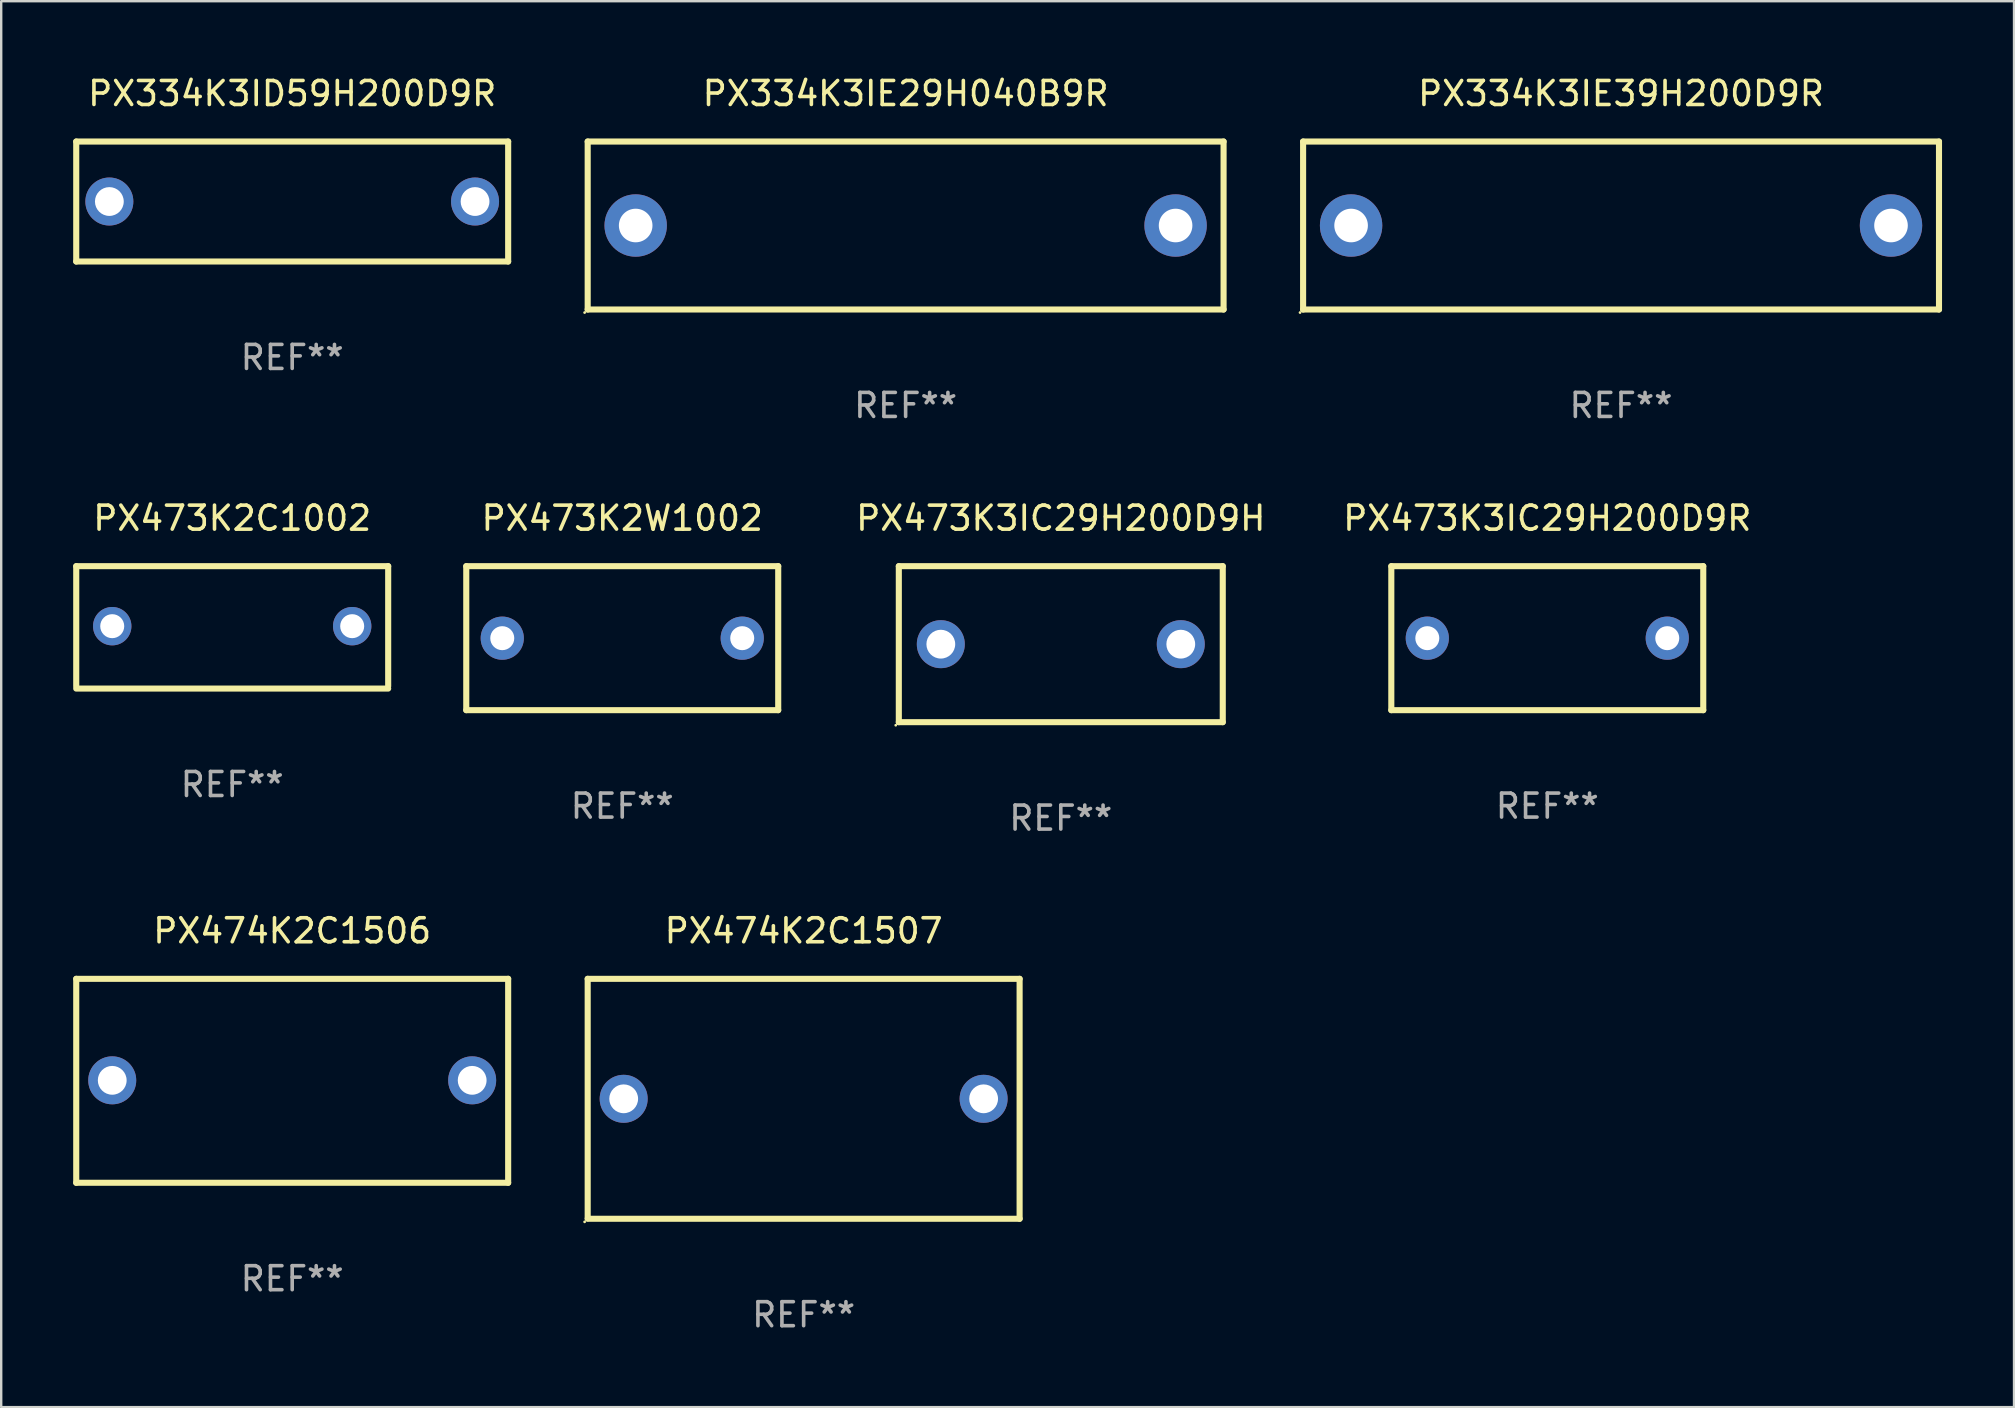
<source format=kicad_pcb>
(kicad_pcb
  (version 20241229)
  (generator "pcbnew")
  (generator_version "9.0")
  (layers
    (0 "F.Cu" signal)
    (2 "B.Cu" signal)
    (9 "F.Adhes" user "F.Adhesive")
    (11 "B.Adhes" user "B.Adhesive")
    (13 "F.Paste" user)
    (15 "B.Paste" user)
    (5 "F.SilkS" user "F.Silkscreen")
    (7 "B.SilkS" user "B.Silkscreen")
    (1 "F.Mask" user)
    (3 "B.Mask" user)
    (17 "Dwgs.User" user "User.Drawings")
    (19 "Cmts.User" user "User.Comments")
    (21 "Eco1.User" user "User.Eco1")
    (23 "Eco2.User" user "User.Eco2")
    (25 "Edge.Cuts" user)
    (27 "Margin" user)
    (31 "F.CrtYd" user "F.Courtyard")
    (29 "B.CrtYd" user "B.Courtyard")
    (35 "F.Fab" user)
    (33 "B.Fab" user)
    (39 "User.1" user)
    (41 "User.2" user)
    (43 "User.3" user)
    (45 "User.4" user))
  (footprint "PX473K2C1002"
    (layer "F.Cu")
    (at 6.627 23.095)
    (property "Reference" "PX473K2C1002" (at 0 -4.55 0) (layer "F.SilkS") (effects (font (size 1 1) (thickness 0.15))))
    (attr through_hole)
    (fp_line (start -6.5 -2.55) (end 6.5 -2.55) (stroke (width 0.254) (type solid)) (layer "F.SilkS"))
    (fp_line (start -6.5 2.45) (end -6.5 -2.55) (stroke (width 0.254) (type solid)) (layer "F.SilkS"))
    (fp_line (start 6.5 -2.55) (end 6.5 2.45) (stroke (width 0.254) (type solid)) (layer "F.SilkS"))
    (fp_line (start 6.5 2.55) (end -6.5 2.55) (stroke (width 0.254) (type solid)) (layer "F.SilkS"))
    (fp_circle (center -6.5 2.45) (end -6.47 2.45) (stroke (width 0.06) (type solid)) (fill no) (layer "F.SilkS"))
    (fp_text user "REF**" (at 0 6.55 0) (layer "F.Fab") (effects (font (size 1 1) (thickness 0.15))))
    (pad "1" thru_hole circle (at -5 -0.05) (size 1.6 1.6) (drill 1) (layers "*.Cu" "*.Mask"))
    (pad "2" thru_hole circle (at 5 -0.05) (size 1.6 1.6) (drill 1) (layers "*.Cu" "*.Mask")))
  (footprint "PX473K3IC29H200D9R"
    (layer "F.Cu")
    (at 61.431 23.545)
    (property "Reference" "PX473K3IC29H200D9R" (at 0 -5 0) (layer "F.SilkS") (effects (font (size 1 1) (thickness 0.15))))
    (attr through_hole)
    (fp_line (start -6.5 -3) (end 6.5 -3) (stroke (width 0.254) (type solid)) (layer "F.SilkS"))
    (fp_line (start -6.5 3) (end -6.5 -3) (stroke (width 0.254) (type solid)) (layer "F.SilkS"))
    (fp_line (start 6.5 -3) (end 6.5 3) (stroke (width 0.254) (type solid)) (layer "F.SilkS"))
    (fp_line (start 6.5 3) (end -6.5 3) (stroke (width 0.254) (type solid)) (layer "F.SilkS"))
    (fp_circle (center -6.5 3) (end -6.47 3) (stroke (width 0.06) (type solid)) (fill no) (layer "F.SilkS"))
    (fp_text user "REF**" (at 0 7 0) (layer "F.Fab") (effects (font (size 1 1) (thickness 0.15))))
    (pad "1" thru_hole circle (at -5 0) (size 1.8 1.8) (drill 1) (layers "*.Cu" "*.Mask"))
    (pad "2" thru_hole circle (at 5 0) (size 1.8 1.8) (drill 1) (layers "*.Cu" "*.Mask")))
  (footprint "PX334K3ID59H200D9R"
    (layer "F.Cu")
    (at 9.127 5.348)
    (property "Reference" "PX334K3ID59H200D9R" (at 0 -4.5 0) (layer "F.SilkS") (effects (font (size 1 1) (thickness 0.15))))
    (attr through_hole)
    (fp_line (start -9 -2.5) (end 9 -2.5) (stroke (width 0.254) (type solid)) (layer "F.SilkS"))
    (fp_line (start -9 2.5) (end -9 -2.5) (stroke (width 0.254) (type solid)) (layer "F.SilkS"))
    (fp_line (start 9 -2.5) (end 9 2.5) (stroke (width 0.254) (type solid)) (layer "F.SilkS"))
    (fp_line (start 9 2.5) (end -9 2.5) (stroke (width 0.254) (type solid)) (layer "F.SilkS"))
    (fp_circle (center -9 2.5) (end -8.97 2.5) (stroke (width 0.06) (type solid)) (fill no) (layer "F.SilkS"))
    (fp_text user "REF**" (at 0 6.5 0) (layer "F.Fab") (effects (font (size 1 1) (thickness 0.15))))
    (pad "1" thru_hole circle (at -7.62 -0.000127) (size 2 2) (drill 1.2) (layers "*.Cu" "*.Mask"))
    (pad "2" thru_hole circle (at 7.62 -0.000127) (size 2 2) (drill 1.2) (layers "*.Cu" "*.Mask")))
  (footprint "PX473K2W1002"
    (layer "F.Cu")
    (at 22.881 23.545)
    (property "Reference" "PX473K2W1002" (at 0 -5 0) (layer "F.SilkS") (effects (font (size 1 1) (thickness 0.15))))
    (attr through_hole)
    (fp_line (start -6.5 -3) (end 6.5 -3) (stroke (width 0.254) (type solid)) (layer "F.SilkS"))
    (fp_line (start -6.5 3) (end -6.5 -3) (stroke (width 0.254) (type solid)) (layer "F.SilkS"))
    (fp_line (start 6.5 -3) (end 6.5 3) (stroke (width 0.254) (type solid)) (layer "F.SilkS"))
    (fp_line (start 6.5 3) (end -6.5 3) (stroke (width 0.254) (type solid)) (layer "F.SilkS"))
    (fp_circle (center -6.5 3) (end -6.47 3) (stroke (width 0.06) (type solid)) (fill no) (layer "F.SilkS"))
    (fp_text user "REF**" (at 0 7 0) (layer "F.Fab") (effects (font (size 1 1) (thickness 0.15))))
    (pad "1" thru_hole circle (at -5 0) (size 1.8 1.8) (drill 1) (layers "*.Cu" "*.Mask"))
    (pad "2" thru_hole circle (at 5 0) (size 1.8 1.8) (drill 1) (layers "*.Cu" "*.Mask")))
  (footprint "PX473K3IC29H200D9H"
    (layer "F.Cu")
    (at 41.157 23.795)
    (property "Reference" "PX473K3IC29H200D9H" (at 0 -5.25 0) (layer "F.SilkS") (effects (font (size 1 1) (thickness 0.15))))
    (attr through_hole)
    (fp_line (start -6.75 -3.25) (end 6.75 -3.25) (stroke (width 0.254) (type solid)) (layer "F.SilkS"))
    (fp_line (start -6.75 3.25) (end -6.75 -3.25) (stroke (width 0.254) (type solid)) (layer "F.SilkS"))
    (fp_line (start 6.75 -3.25) (end 6.75 3.25) (stroke (width 0.254) (type solid)) (layer "F.SilkS"))
    (fp_line (start 6.75 3.25) (end -6.75 3.25) (stroke (width 0.254) (type solid)) (layer "F.SilkS"))
    (fp_circle (center -6.877 3.377) (end -6.847 3.377) (stroke (width 0.06) (type solid)) (fill no) (layer "F.SilkS"))
    (fp_text user "REF**" (at 0 7.25 0) (layer "F.Fab") (effects (font (size 1 1) (thickness 0.15))))
    (pad "1" thru_hole circle (at -5 -0.000013) (size 2 2) (drill 1.2) (layers "*.Cu" "*.Mask"))
    (pad "2" thru_hole circle (at 5 -0.000013) (size 2 2) (drill 1.2) (layers "*.Cu" "*.Mask")))
  (footprint "PX474K2C1506"
    (layer "F.Cu")
    (at 9.127 41.991)
    (property "Reference" "PX474K2C1506" (at 0 -6.25 0) (layer "F.SilkS") (effects (font (size 1 1) (thickness 0.15))))
    (attr through_hole)
    (fp_line (start -9 -4.25) (end -9 4.25) (stroke (width 0.254) (type solid)) (layer "F.SilkS"))
    (fp_line (start -9 -4.25) (end 9 -4.25) (stroke (width 0.254) (type solid)) (layer "F.SilkS"))
    (fp_line (start -9 4.25) (end 9 4.25) (stroke (width 0.254) (type solid)) (layer "F.SilkS"))
    (fp_line (start 9 -4.25) (end 9 4.25) (stroke (width 0.254) (type solid)) (layer "F.SilkS"))
    (fp_circle (center -9 4.23) (end -8.97 4.23) (stroke (width 0.06) (type solid)) (fill no) (layer "F.SilkS"))
    (fp_text user "REF**" (at 0 8.25 0) (layer "F.Fab") (effects (font (size 1 1) (thickness 0.15))))
    (pad "1" thru_hole circle (at -7.5 -0.02) (size 2 2) (drill 1.2) (layers "*.Cu" "*.Mask"))
    (pad "2" thru_hole circle (at 7.5 -0.02) (size 2 2) (drill 1.2) (layers "*.Cu" "*.Mask")))
  (footprint "PX474K2C1507"
    (layer "F.Cu")
    (at 30.441 42.741)
    (property "Reference" "PX474K2C1507" (at 0 -7 0) (layer "F.SilkS") (effects (font (size 1 1) (thickness 0.15))))
    (attr through_hole)
    (fp_line (start -9 -5) (end -9 4.98) (stroke (width 0.254) (type solid)) (layer "F.SilkS"))
    (fp_line (start -9 -5) (end 9 -5) (stroke (width 0.254) (type solid)) (layer "F.SilkS"))
    (fp_line (start -9 5) (end 9 5) (stroke (width 0.254) (type solid)) (layer "F.SilkS"))
    (fp_line (start 9 -5) (end 9 5) (stroke (width 0.254) (type solid)) (layer "F.SilkS"))
    (fp_circle (center -9.127 5.127) (end -9.097 5.127) (stroke (width 0.06) (type solid)) (fill no) (layer "F.SilkS"))
    (fp_text user "REF**" (at 0 9 0) (layer "F.Fab") (effects (font (size 1 1) (thickness 0.15))))
    (pad "1" thru_hole circle (at -7.5 0) (size 2 2) (drill 1.2) (layers "*.Cu" "*.Mask"))
    (pad "2" thru_hole circle (at 7.5 0) (size 2 2) (drill 1.2) (layers "*.Cu" "*.Mask")))
  (footprint "PX334K3IE29H040B9R"
    (layer "F.Cu")
    (at 34.691 6.348)
    (property "Reference" "PX334K3IE29H040B9R" (at 0 -5.5 0) (layer "F.SilkS") (effects (font (size 1 1) (thickness 0.15))))
    (attr through_hole)
    (fp_line (start -13.25 -3.5) (end 13.25 -3.5) (stroke (width 0.254) (type solid)) (layer "F.SilkS"))
    (fp_line (start -13.25 3.5) (end -13.25 -3.5) (stroke (width 0.254) (type solid)) (layer "F.SilkS"))
    (fp_line (start 13.25 -3.5) (end 13.25 3.5) (stroke (width 0.254) (type solid)) (layer "F.SilkS"))
    (fp_line (start 13.25 3.5) (end -13.25 3.5) (stroke (width 0.254) (type solid)) (layer "F.SilkS"))
    (fp_circle (center -13.377 3.627) (end -13.347 3.627) (stroke (width 0.06) (type solid)) (fill no) (layer "F.SilkS"))
    (fp_text user "REF**" (at 0 7.5 0) (layer "F.Fab") (effects (font (size 1 1) (thickness 0.15))))
    (pad "1" thru_hole circle (at -11.25 0) (size 2.6 2.6) (drill 1.4) (layers "*.Cu" "*.Mask"))
    (pad "2" thru_hole circle (at 11.25 0) (size 2.6 2.6) (drill 1.4) (layers "*.Cu" "*.Mask")))
  (footprint "PX334K3IE39H200D9R"
    (layer "F.Cu")
    (at 64.505 6.348)
    (property "Reference" "PX334K3IE39H200D9R" (at 0 -5.5 0) (layer "F.SilkS") (effects (font (size 1 1) (thickness 0.15))))
    (attr through_hole)
    (fp_line (start -13.25 -3.5) (end 13.25 -3.5) (stroke (width 0.254) (type solid)) (layer "F.SilkS"))
    (fp_line (start -13.25 3.5) (end -13.25 -3.5) (stroke (width 0.254) (type solid)) (layer "F.SilkS"))
    (fp_line (start 13.25 -3.5) (end 13.25 3.5) (stroke (width 0.254) (type solid)) (layer "F.SilkS"))
    (fp_line (start 13.25 3.5) (end -13.25 3.5) (stroke (width 0.254) (type solid)) (layer "F.SilkS"))
    (fp_circle (center -13.377 3.627) (end -13.347 3.627) (stroke (width 0.06) (type solid)) (fill no) (layer "F.SilkS"))
    (fp_text user "REF**" (at 0 7.5 0) (layer "F.Fab") (effects (font (size 1 1) (thickness 0.15))))
    (pad "1" thru_hole circle (at -11.25 0) (size 2.6 2.6) (drill 1.4) (layers "*.Cu" "*.Mask"))
    (pad "2" thru_hole circle (at 11.25 0) (size 2.6 2.6) (drill 1.4) (layers "*.Cu" "*.Mask")))
  (gr_rect
    (start -3 -3)
    (end 80.882 55.59)
    (stroke (width 0.1) (type default))
    (fill no)
    (layer "Edge.Cuts")))
</source>
